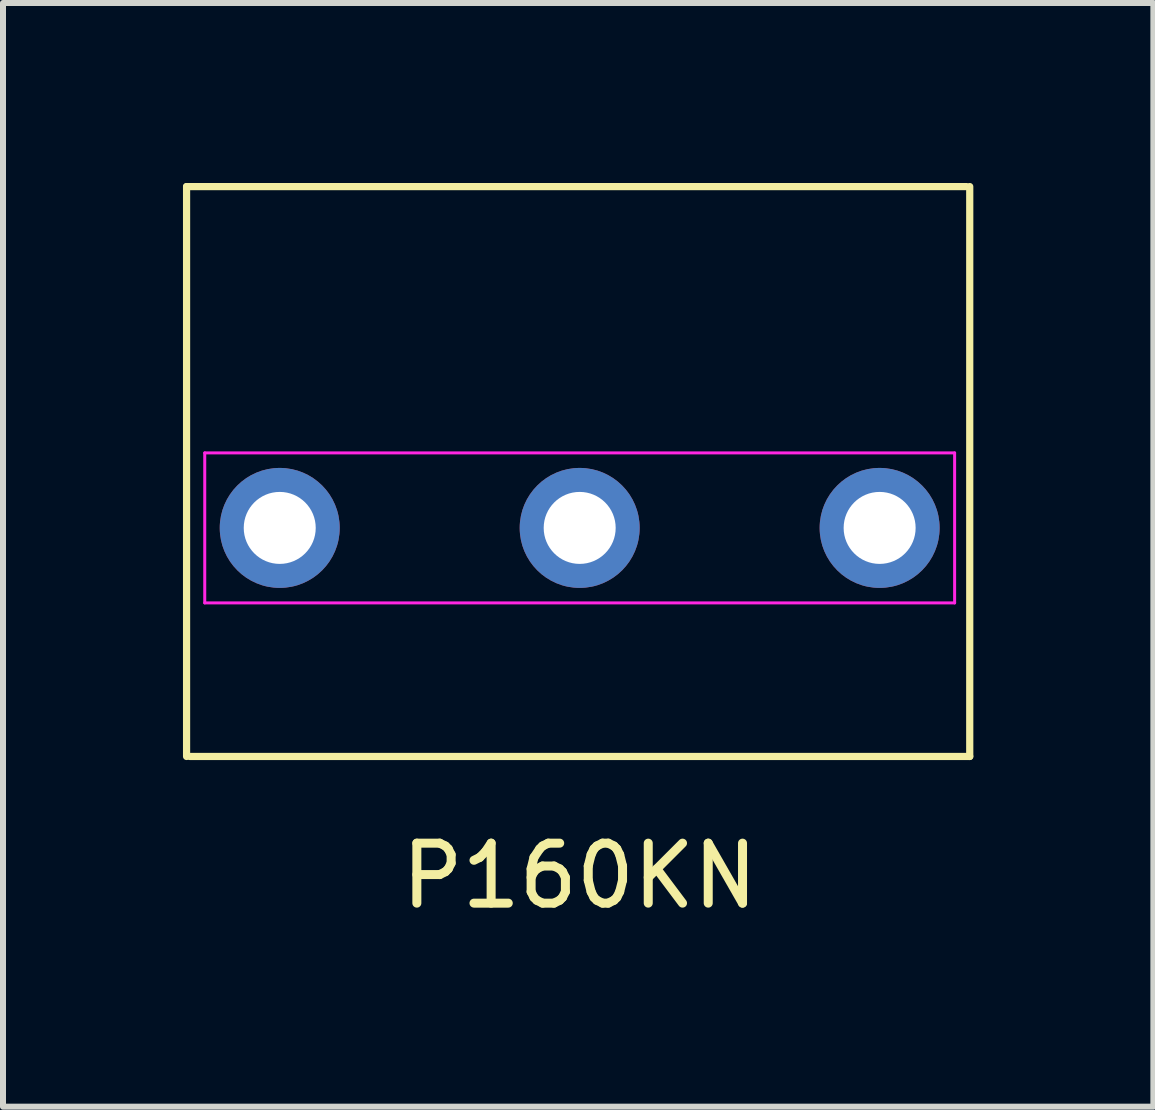
<source format=kicad_pcb>
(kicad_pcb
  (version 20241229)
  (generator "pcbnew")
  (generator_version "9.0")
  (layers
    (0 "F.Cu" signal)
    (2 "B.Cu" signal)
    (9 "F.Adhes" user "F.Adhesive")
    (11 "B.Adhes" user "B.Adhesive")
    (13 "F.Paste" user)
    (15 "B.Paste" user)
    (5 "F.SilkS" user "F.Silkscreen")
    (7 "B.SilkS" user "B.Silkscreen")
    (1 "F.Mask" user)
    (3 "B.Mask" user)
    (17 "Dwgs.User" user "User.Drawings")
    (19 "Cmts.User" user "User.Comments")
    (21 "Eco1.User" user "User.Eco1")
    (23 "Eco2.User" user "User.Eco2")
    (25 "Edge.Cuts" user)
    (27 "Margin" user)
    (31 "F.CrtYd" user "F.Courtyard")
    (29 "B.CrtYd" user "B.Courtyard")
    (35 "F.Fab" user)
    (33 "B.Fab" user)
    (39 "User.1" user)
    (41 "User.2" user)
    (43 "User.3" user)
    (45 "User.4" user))
  (footprint "P160KN"
    (layer "F.Cu")
    (at 6.613 5.75)
    (property "Reference" "P160KN" (at 0 5.8 0) (layer "F.SilkS") (effects (font (size 1 1) (thickness 0.15))))
    (attr through_hole)
    (fp_line (start -6.553 -5.69) (end 6.447 -5.69) (stroke (width 0.12) (type solid)) (layer "F.SilkS"))
    (fp_line (start -6.553 3.81) (end -6.553 -5.69) (stroke (width 0.12) (type solid)) (layer "F.SilkS"))
    (fp_line (start 6.502 3.81) (end -6.498 3.81) (stroke (width 0.12) (type solid)) (layer "F.SilkS"))
    (fp_line (start 6.502 3.81) (end 6.502 -5.69) (stroke (width 0.12) (type solid)) (layer "F.SilkS"))
    (fp_line (start -6.25 -1.25) (end 6.25 -1.25) (stroke (width 0.05) (type solid)) (layer "F.CrtYd"))
    (fp_line (start -6.25 1.25) (end -6.25 -1.25) (stroke (width 0.05) (type solid)) (layer "F.CrtYd"))
    (fp_line (start 6.25 -1.25) (end 6.25 1.25) (stroke (width 0.05) (type solid)) (layer "F.CrtYd"))
    (fp_line (start 6.25 1.25) (end -6.25 1.25) (stroke (width 0.05) (type solid)) (layer "F.CrtYd"))
    (pad "1" thru_hole circle (at -5 0) (size 2 2) (drill 1.2) (layers "*.Cu" "*.Mask"))
    (pad "2" thru_hole circle (at 0 0) (size 2 2) (drill 1.2) (layers "*.Cu" "*.Mask"))
    (pad "3" thru_hole circle (at 5 0) (size 2 2) (drill 1.2) (layers "*.Cu" "*.Mask")))
  (gr_rect
    (start -3 -3)
    (end 16.176 15.398)
    (stroke (width 0.1) (type default))
    (fill no)
    (layer "Edge.Cuts")))
</source>
